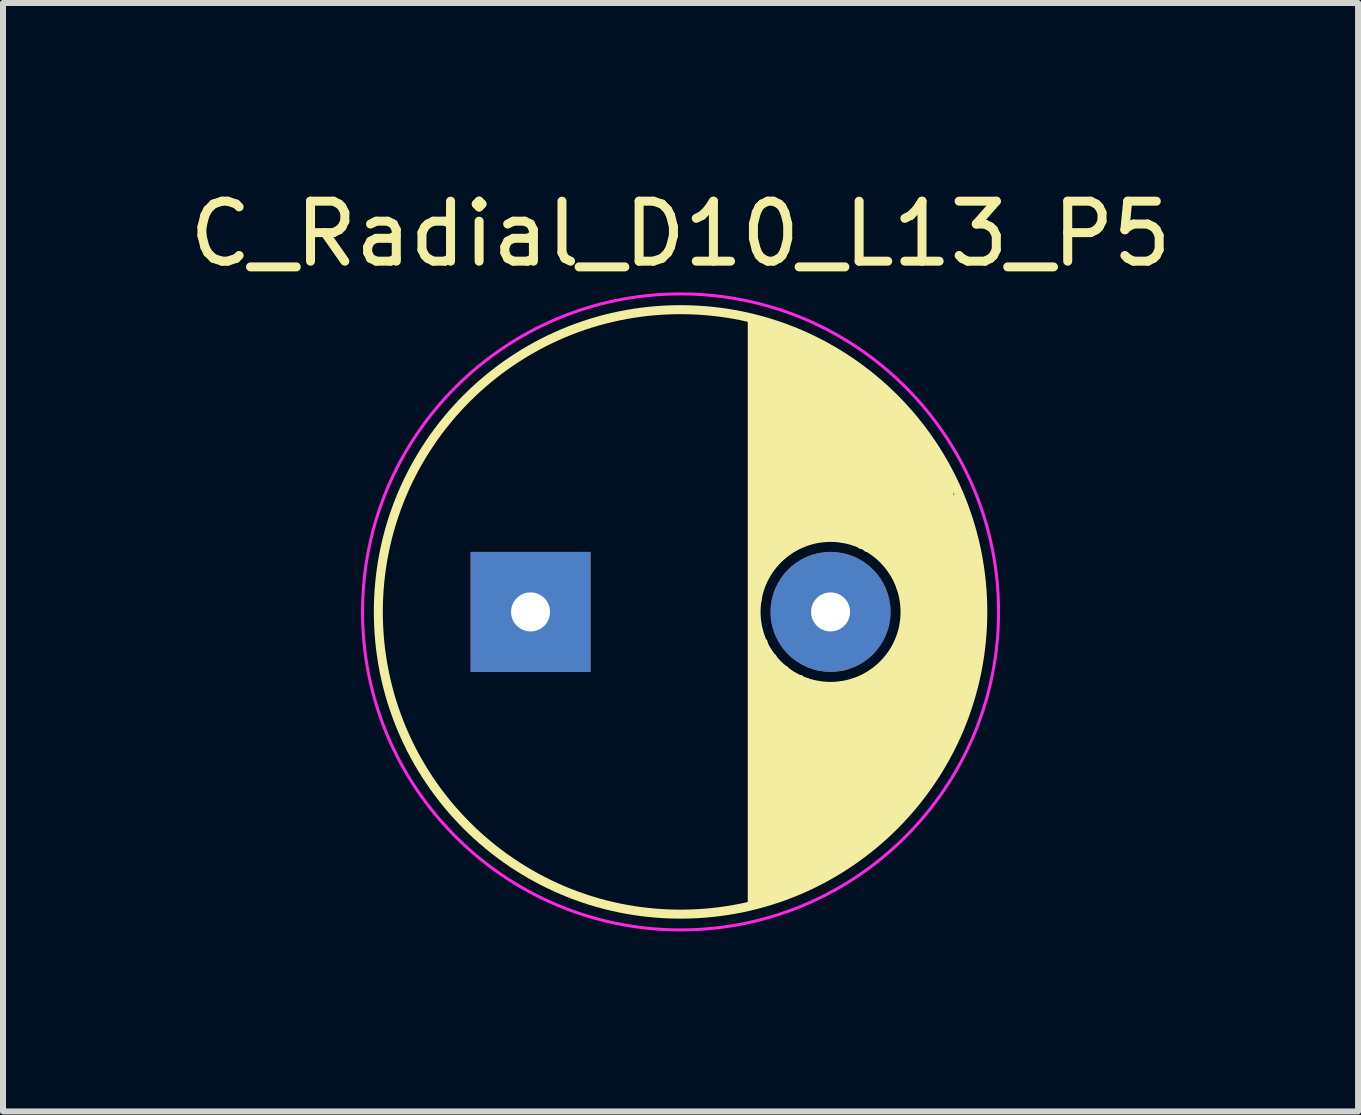
<source format=kicad_pcb>
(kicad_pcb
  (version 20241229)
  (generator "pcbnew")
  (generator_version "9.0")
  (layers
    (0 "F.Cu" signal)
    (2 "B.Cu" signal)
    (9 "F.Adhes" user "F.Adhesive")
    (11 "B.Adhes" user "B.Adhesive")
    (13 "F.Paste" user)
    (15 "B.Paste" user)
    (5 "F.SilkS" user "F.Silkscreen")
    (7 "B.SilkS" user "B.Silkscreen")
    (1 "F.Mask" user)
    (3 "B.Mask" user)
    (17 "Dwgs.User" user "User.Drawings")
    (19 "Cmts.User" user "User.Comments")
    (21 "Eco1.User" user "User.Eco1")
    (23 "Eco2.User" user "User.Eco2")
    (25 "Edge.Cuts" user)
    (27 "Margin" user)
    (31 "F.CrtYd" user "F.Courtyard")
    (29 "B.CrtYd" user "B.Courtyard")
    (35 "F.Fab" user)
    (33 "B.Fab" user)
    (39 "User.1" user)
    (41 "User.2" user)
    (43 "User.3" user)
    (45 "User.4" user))
  (footprint "C_Radial_D10_L13_P5"
    (layer "F.Cu")
    (at 5.792 7.148)
    (property "Reference" "C_Radial_D10_L13_P5" (at 2.5 -6.3 0) (layer "F.SilkS") (effects (font (size 1 1) (thickness 0.15))))
    (attr through_hole)
    (fp_line (start 3.695 -4.855) (end 3.695 4.855) (stroke (width 0.15) (type solid)) (layer "F.SilkS"))
    (fp_line (start 3.8 -0.2) (end 3.8 -4.85) (stroke (width 0.1) (type solid)) (layer "F.SilkS"))
    (fp_line (start 3.8 4.85) (end 3.8 0.25) (stroke (width 0.1) (type solid)) (layer "F.SilkS"))
    (fp_line (start 3.85 -0.5) (end 3.85 -4.8) (stroke (width 0.1) (type solid)) (layer "F.SilkS"))
    (fp_line (start 3.85 0.45) (end 3.85 4.85) (stroke (width 0.1) (type solid)) (layer "F.SilkS"))
    (fp_line (start 3.9 -4.8) (end 3.9 -0.6) (stroke (width 0.1) (type solid)) (layer "F.SilkS"))
    (fp_line (start 3.9 4.8) (end 3.9 0.5) (stroke (width 0.1) (type solid)) (layer "F.SilkS"))
    (fp_line (start 3.95 -0.65) (end 3.95 -4.8) (stroke (width 0.1) (type solid)) (layer "F.SilkS"))
    (fp_line (start 3.95 0.65) (end 3.95 4.8) (stroke (width 0.1) (type solid)) (layer "F.SilkS"))
    (fp_line (start 4 -4.8) (end 4 -0.75) (stroke (width 0.1) (type solid)) (layer "F.SilkS"))
    (fp_line (start 4 4.75) (end 4 0.7) (stroke (width 0.1) (type solid)) (layer "F.SilkS"))
    (fp_line (start 4.05 -0.8) (end 4.05 -4.75) (stroke (width 0.1) (type solid)) (layer "F.SilkS"))
    (fp_line (start 4.05 0.75) (end 4.05 4.75) (stroke (width 0.1) (type solid)) (layer "F.SilkS"))
    (fp_line (start 4.1 -4.75) (end 4.1 -0.85) (stroke (width 0.1) (type solid)) (layer "F.SilkS"))
    (fp_line (start 4.1 4.75) (end 4.1 0.85) (stroke (width 0.1) (type solid)) (layer "F.SilkS"))
    (fp_line (start 4.15 -0.9) (end 4.15 -4.75) (stroke (width 0.1) (type solid)) (layer "F.SilkS"))
    (fp_line (start 4.15 0.9) (end 4.15 4.75) (stroke (width 0.1) (type solid)) (layer "F.SilkS"))
    (fp_line (start 4.2 -4.7) (end 4.2 -0.95) (stroke (width 0.1) (type solid)) (layer "F.SilkS"))
    (fp_line (start 4.2 4.7) (end 4.2 0.95) (stroke (width 0.1) (type solid)) (layer "F.SilkS"))
    (fp_line (start 4.25 -1) (end 4.25 -4.7) (stroke (width 0.1) (type solid)) (layer "F.SilkS"))
    (fp_line (start 4.25 0.95) (end 4.25 4.7) (stroke (width 0.1) (type solid)) (layer "F.SilkS"))
    (fp_line (start 4.3 -4.7) (end 4.3 -1.05) (stroke (width 0.1) (type solid)) (layer "F.SilkS"))
    (fp_line (start 4.3 4.65) (end 4.3 1) (stroke (width 0.1) (type solid)) (layer "F.SilkS"))
    (fp_line (start 4.35 -1.05) (end 4.35 -4.65) (stroke (width 0.1) (type solid)) (layer "F.SilkS"))
    (fp_line (start 4.35 1.05) (end 4.35 4.65) (stroke (width 0.1) (type solid)) (layer "F.SilkS"))
    (fp_line (start 4.4 -4.65) (end 4.4 -1.1) (stroke (width 0.1) (type solid)) (layer "F.SilkS"))
    (fp_line (start 4.4 4.65) (end 4.4 1.1) (stroke (width 0.1) (type solid)) (layer "F.SilkS"))
    (fp_line (start 4.45 -1.1) (end 4.45 -4.6) (stroke (width 0.1) (type solid)) (layer "F.SilkS"))
    (fp_line (start 4.45 1.1) (end 4.45 4.6) (stroke (width 0.1) (type solid)) (layer "F.SilkS"))
    (fp_line (start 4.5 -4.6) (end 4.5 -1.15) (stroke (width 0.1) (type solid)) (layer "F.SilkS"))
    (fp_line (start 4.5 4.6) (end 4.5 1.1) (stroke (width 0.1) (type solid)) (layer "F.SilkS"))
    (fp_line (start 4.55 -1.15) (end 4.55 -4.55) (stroke (width 0.1) (type solid)) (layer "F.SilkS"))
    (fp_line (start 4.55 1.15) (end 4.55 4.6) (stroke (width 0.1) (type solid)) (layer "F.SilkS"))
    (fp_line (start 4.6 -4.55) (end 4.6 -1.2) (stroke (width 0.1) (type solid)) (layer "F.SilkS"))
    (fp_line (start 4.6 4.55) (end 4.6 1.15) (stroke (width 0.1) (type solid)) (layer "F.SilkS"))
    (fp_line (start 4.65 -1.2) (end 4.65 -4.5) (stroke (width 0.1) (type solid)) (layer "F.SilkS"))
    (fp_line (start 4.65 1.2) (end 4.65 4.55) (stroke (width 0.1) (type solid)) (layer "F.SilkS"))
    (fp_line (start 4.7 -4.5) (end 4.7 -1.2) (stroke (width 0.1) (type solid)) (layer "F.SilkS"))
    (fp_line (start 4.7 4.5) (end 4.7 1.2) (stroke (width 0.1) (type solid)) (layer "F.SilkS"))
    (fp_line (start 4.75 -1.2) (end 4.75 -4.45) (stroke (width 0.1) (type solid)) (layer "F.SilkS"))
    (fp_line (start 4.75 4.5) (end 4.75 1.2) (stroke (width 0.1) (type solid)) (layer "F.SilkS"))
    (fp_line (start 4.8 -4.45) (end 4.8 -1.25) (stroke (width 0.1) (type solid)) (layer "F.SilkS"))
    (fp_line (start 4.8 1.2) (end 4.8 4.45) (stroke (width 0.1) (type solid)) (layer "F.SilkS"))
    (fp_line (start 4.85 -1.25) (end 4.85 -4.4) (stroke (width 0.1) (type solid)) (layer "F.SilkS"))
    (fp_line (start 4.85 4.45) (end 4.85 1.25) (stroke (width 0.1) (type solid)) (layer "F.SilkS"))
    (fp_line (start 4.9 -4.4) (end 4.9 -1.25) (stroke (width 0.1) (type solid)) (layer "F.SilkS"))
    (fp_line (start 4.9 1.25) (end 4.9 4.4) (stroke (width 0.1) (type solid)) (layer "F.SilkS"))
    (fp_line (start 4.95 -1.25) (end 4.95 -4.35) (stroke (width 0.1) (type solid)) (layer "F.SilkS"))
    (fp_line (start 4.95 4.4) (end 4.95 1.25) (stroke (width 0.1) (type solid)) (layer "F.SilkS"))
    (fp_line (start 5 -4.35) (end 5 -1.25) (stroke (width 0.1) (type solid)) (layer "F.SilkS"))
    (fp_line (start 5 1.25) (end 5 4.35) (stroke (width 0.1) (type solid)) (layer "F.SilkS"))
    (fp_line (start 5.05 -1.25) (end 5.05 -4.3) (stroke (width 0.1) (type solid)) (layer "F.SilkS"))
    (fp_line (start 5.05 4.35) (end 5.05 1.25) (stroke (width 0.1) (type solid)) (layer "F.SilkS"))
    (fp_line (start 5.1 -4.3) (end 5.1 -1.25) (stroke (width 0.1) (type solid)) (layer "F.SilkS"))
    (fp_line (start 5.1 1.25) (end 5.1 4.3) (stroke (width 0.1) (type solid)) (layer "F.SilkS"))
    (fp_line (start 5.15 -4.25) (end 5.15 -1.25) (stroke (width 0.1) (type solid)) (layer "F.SilkS"))
    (fp_line (start 5.15 4.3) (end 5.15 1.25) (stroke (width 0.1) (type solid)) (layer "F.SilkS"))
    (fp_line (start 5.2 -1.2) (end 5.2 -4.2) (stroke (width 0.1) (type solid)) (layer "F.SilkS"))
    (fp_line (start 5.2 1.2) (end 5.2 4.25) (stroke (width 0.1) (type solid)) (layer "F.SilkS"))
    (fp_line (start 5.25 -4.15) (end 5.25 -1.2) (stroke (width 0.1) (type solid)) (layer "F.SilkS"))
    (fp_line (start 5.25 4.2) (end 5.25 1.2) (stroke (width 0.1) (type solid)) (layer "F.SilkS"))
    (fp_line (start 5.3 -1.2) (end 5.3 -4.15) (stroke (width 0.1) (type solid)) (layer "F.SilkS"))
    (fp_line (start 5.3 1.2) (end 5.3 4.15) (stroke (width 0.1) (type solid)) (layer "F.SilkS"))
    (fp_line (start 5.35 -4.1) (end 5.35 -1.2) (stroke (width 0.1) (type solid)) (layer "F.SilkS"))
    (fp_line (start 5.35 4.15) (end 5.35 1.2) (stroke (width 0.1) (type solid)) (layer "F.SilkS"))
    (fp_line (start 5.4 -1.15) (end 5.4 -4.05) (stroke (width 0.1) (type solid)) (layer "F.SilkS"))
    (fp_line (start 5.4 1.15) (end 5.4 4.1) (stroke (width 0.1) (type solid)) (layer "F.SilkS"))
    (fp_line (start 5.45 -4.05) (end 5.45 -1.15) (stroke (width 0.1) (type solid)) (layer "F.SilkS"))
    (fp_line (start 5.45 4.05) (end 5.45 1.15) (stroke (width 0.1) (type solid)) (layer "F.SilkS"))
    (fp_line (start 5.5 -1.1) (end 5.5 -4) (stroke (width 0.1) (type solid)) (layer "F.SilkS"))
    (fp_line (start 5.5 1.15) (end 5.5 4.05) (stroke (width 0.1) (type solid)) (layer "F.SilkS"))
    (fp_line (start 5.55 -3.95) (end 5.55 -1.1) (stroke (width 0.1) (type solid)) (layer "F.SilkS"))
    (fp_line (start 5.55 4) (end 5.55 1.1) (stroke (width 0.1) (type solid)) (layer "F.SilkS"))
    (fp_line (start 5.6 -1.05) (end 5.6 -3.9) (stroke (width 0.1) (type solid)) (layer "F.SilkS"))
    (fp_line (start 5.6 1.1) (end 5.6 3.95) (stroke (width 0.1) (type solid)) (layer "F.SilkS"))
    (fp_line (start 5.65 -3.9) (end 5.65 -1.05) (stroke (width 0.1) (type solid)) (layer "F.SilkS"))
    (fp_line (start 5.65 3.9) (end 5.65 1.05) (stroke (width 0.1) (type solid)) (layer "F.SilkS"))
    (fp_line (start 5.7 -1) (end 5.7 -3.85) (stroke (width 0.1) (type solid)) (layer "F.SilkS"))
    (fp_line (start 5.7 1) (end 5.7 3.85) (stroke (width 0.1) (type solid)) (layer "F.SilkS"))
    (fp_line (start 5.75 -3.8) (end 5.75 -1) (stroke (width 0.1) (type solid)) (layer "F.SilkS"))
    (fp_line (start 5.75 3.8) (end 5.75 1) (stroke (width 0.1) (type solid)) (layer "F.SilkS"))
    (fp_line (start 5.8 -0.95) (end 5.8 -3.75) (stroke (width 0.1) (type solid)) (layer "F.SilkS"))
    (fp_line (start 5.8 0.95) (end 5.8 3.8) (stroke (width 0.1) (type solid)) (layer "F.SilkS"))
    (fp_line (start 5.85 -3.7) (end 5.85 -0.9) (stroke (width 0.1) (type solid)) (layer "F.SilkS"))
    (fp_line (start 5.85 3.75) (end 5.85 0.9) (stroke (width 0.1) (type solid)) (layer "F.SilkS"))
    (fp_line (start 5.9 -0.85) (end 5.9 -3.65) (stroke (width 0.1) (type solid)) (layer "F.SilkS"))
    (fp_line (start 5.9 0.85) (end 5.9 3.7) (stroke (width 0.1) (type solid)) (layer "F.SilkS"))
    (fp_line (start 5.95 -3.6) (end 5.95 -0.8) (stroke (width 0.1) (type solid)) (layer "F.SilkS"))
    (fp_line (start 5.95 0.8) (end 5.95 3.6) (stroke (width 0.1) (type solid)) (layer "F.SilkS"))
    (fp_line (start 6 -0.7) (end 6 -3.55) (stroke (width 0.1) (type solid)) (layer "F.SilkS"))
    (fp_line (start 6 3.55) (end 6 0.75) (stroke (width 0.1) (type solid)) (layer "F.SilkS"))
    (fp_line (start 6.05 -3.5) (end 6.05 -0.65) (stroke (width 0.1) (type solid)) (layer "F.SilkS"))
    (fp_line (start 6.05 0.65) (end 6.05 3.55) (stroke (width 0.1) (type solid)) (layer "F.SilkS"))
    (fp_line (start 6.1 -0.55) (end 6.1 -3.5) (stroke (width 0.1) (type solid)) (layer "F.SilkS"))
    (fp_line (start 6.1 3.5) (end 6.1 0.55) (stroke (width 0.1) (type solid)) (layer "F.SilkS"))
    (fp_line (start 6.15 -3.4) (end 6.15 -0.4) (stroke (width 0.1) (type solid)) (layer "F.SilkS"))
    (fp_line (start 6.15 0.45) (end 6.15 3.45) (stroke (width 0.1) (type solid)) (layer "F.SilkS"))
    (fp_line (start 6.2 -0.3) (end 6.2 -3.35) (stroke (width 0.1) (type solid)) (layer "F.SilkS"))
    (fp_line (start 6.2 3.4) (end 6.2 0.3) (stroke (width 0.1) (type solid)) (layer "F.SilkS"))
    (fp_line (start 6.25 -3.3) (end 6.25 3.35) (stroke (width 0.1) (type solid)) (layer "F.SilkS"))
    (fp_line (start 6.3 3.2) (end 6.3 -3.25) (stroke (width 0.1) (type solid)) (layer "F.SilkS"))
    (fp_line (start 6.35 -3.15) (end 6.35 3.15) (stroke (width 0.1) (type solid)) (layer "F.SilkS"))
    (fp_line (start 6.4 3.05) (end 6.4 -3.1) (stroke (width 0.1) (type solid)) (layer "F.SilkS"))
    (fp_line (start 6.45 -3.05) (end 6.45 3) (stroke (width 0.1) (type solid)) (layer "F.SilkS"))
    (fp_line (start 6.5 2.95) (end 6.5 -2.95) (stroke (width 0.1) (type solid)) (layer "F.SilkS"))
    (fp_line (start 6.55 -2.85) (end 6.55 2.85) (stroke (width 0.1) (type solid)) (layer "F.SilkS"))
    (fp_line (start 6.6 2.75) (end 6.6 -2.8) (stroke (width 0.1) (type solid)) (layer "F.SilkS"))
    (fp_line (start 6.65 -2.7) (end 6.65 2.7) (stroke (width 0.1) (type solid)) (layer "F.SilkS"))
    (fp_line (start 6.7 2.6) (end 6.7 -2.65) (stroke (width 0.1) (type solid)) (layer "F.SilkS"))
    (fp_line (start 6.75 -2.55) (end 6.75 2.55) (stroke (width 0.1) (type solid)) (layer "F.SilkS"))
    (fp_line (start 6.8 2.45) (end 6.8 -2.5) (stroke (width 0.1) (type solid)) (layer "F.SilkS"))
    (fp_line (start 6.85 -2.4) (end 6.85 2.4) (stroke (width 0.1) (type solid)) (layer "F.SilkS"))
    (fp_line (start 6.9 2.25) (end 6.9 -2.3) (stroke (width 0.1) (type solid)) (layer "F.SilkS"))
    (fp_line (start 6.95 -2.15) (end 6.95 2.25) (stroke (width 0.1) (type solid)) (layer "F.SilkS"))
    (fp_line (start 7 2.05) (end 7 -2.1) (stroke (width 0.1) (type solid)) (layer "F.SilkS"))
    (fp_line (start 7.05 -1.9) (end 7.05 1.95) (stroke (width 0.1) (type solid)) (layer "F.SilkS"))
    (fp_line (start 7.1 1.85) (end 7.1 -1.9) (stroke (width 0.1) (type solid)) (layer "F.SilkS"))
    (fp_line (start 7.15 -1.7) (end 7.15 1.7) (stroke (width 0.1) (type solid)) (layer "F.SilkS"))
    (fp_line (start 7.2 1.55) (end 7.2 -1.6) (stroke (width 0.1) (type solid)) (layer "F.SilkS"))
    (fp_line (start 7.25 -1.4) (end 7.25 1.45) (stroke (width 0.1) (type solid)) (layer "F.SilkS"))
    (fp_line (start 7.3 -1.3) (end 7.3 1.25) (stroke (width 0.1) (type solid)) (layer "F.SilkS"))
    (fp_line (start 7.35 1.05) (end 7.35 -1.2) (stroke (width 0.1) (type solid)) (layer "F.SilkS"))
    (fp_line (start 7.4 -0.9) (end 7.4 1) (stroke (width 0.1) (type solid)) (layer "F.SilkS"))
    (fp_line (start 7.45 -0.45) (end 7.45 0.4) (stroke (width 0.1) (type solid)) (layer "F.SilkS"))
    (fp_circle (center 2.5 0) (end 2.5 -5.037) (stroke (width 0.15) (type solid)) (fill no) (layer "F.SilkS"))
    (fp_circle (center 5 0) (end 6.2 0.2) (stroke (width 0.1) (type solid)) (fill no) (layer "F.SilkS"))
    (fp_circle (center 2.5 0) (end 2.5 -5.3) (stroke (width 0.05) (type solid)) (fill no) (layer "F.CrtYd"))
    (pad "1" thru_hole rect (at 0 0) (size 2 2) (drill 0.65) (layers "*.Cu" "*.Mask"))
    (pad "2" thru_hole circle (at 5 0) (size 2 2) (drill 0.65) (layers "*.Cu" "*.Mask")))
  (gr_rect
    (start -3 -3)
    (end 19.583 15.473)
    (stroke (width 0.1) (type default))
    (fill no)
    (layer "Edge.Cuts")))
</source>
